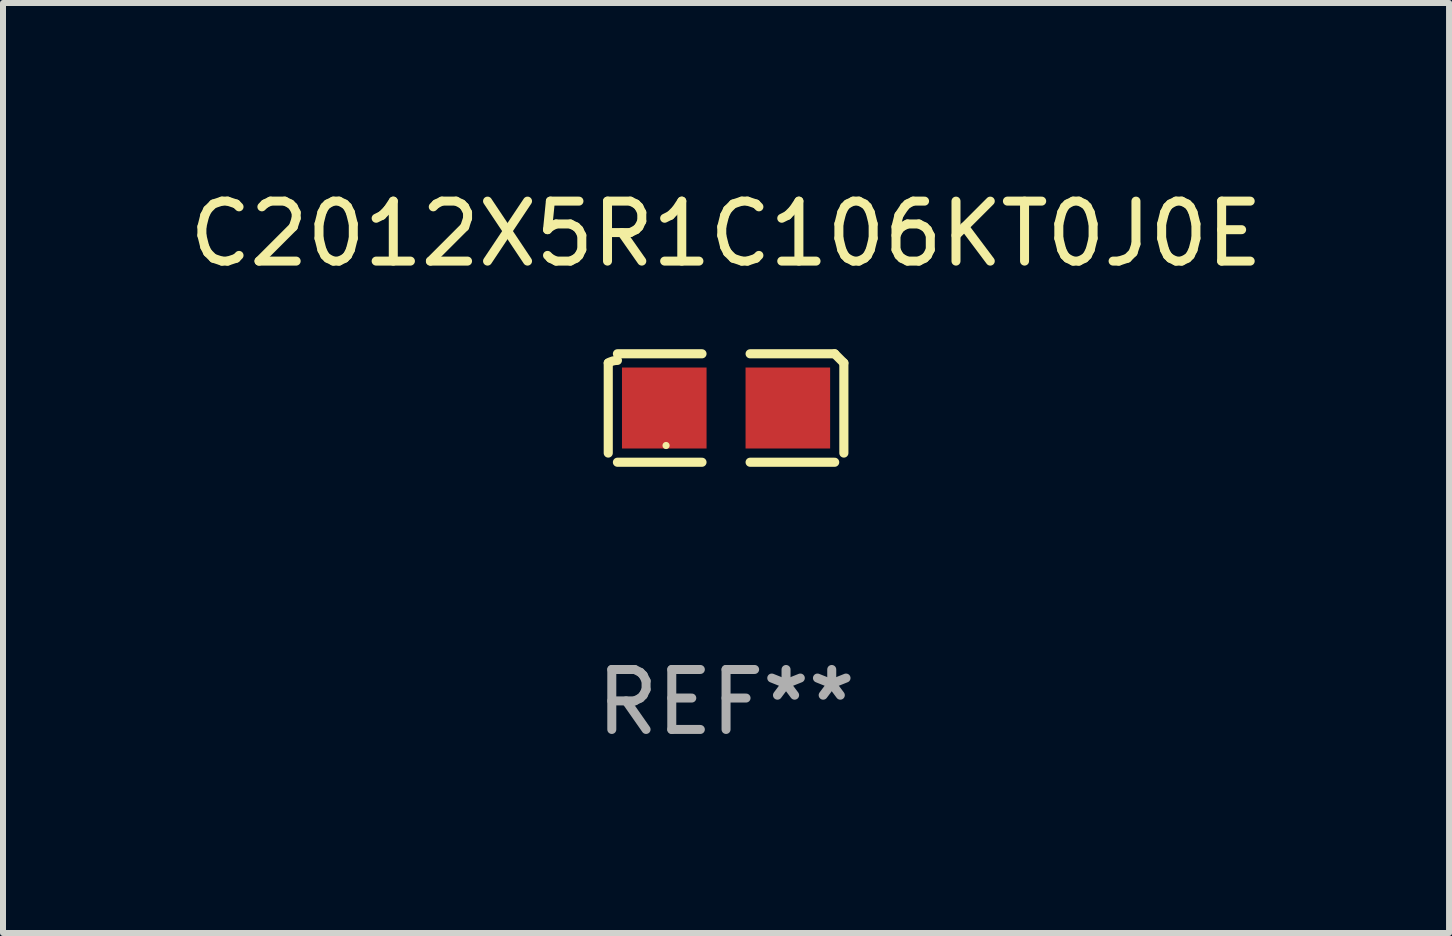
<source format=kicad_pcb>
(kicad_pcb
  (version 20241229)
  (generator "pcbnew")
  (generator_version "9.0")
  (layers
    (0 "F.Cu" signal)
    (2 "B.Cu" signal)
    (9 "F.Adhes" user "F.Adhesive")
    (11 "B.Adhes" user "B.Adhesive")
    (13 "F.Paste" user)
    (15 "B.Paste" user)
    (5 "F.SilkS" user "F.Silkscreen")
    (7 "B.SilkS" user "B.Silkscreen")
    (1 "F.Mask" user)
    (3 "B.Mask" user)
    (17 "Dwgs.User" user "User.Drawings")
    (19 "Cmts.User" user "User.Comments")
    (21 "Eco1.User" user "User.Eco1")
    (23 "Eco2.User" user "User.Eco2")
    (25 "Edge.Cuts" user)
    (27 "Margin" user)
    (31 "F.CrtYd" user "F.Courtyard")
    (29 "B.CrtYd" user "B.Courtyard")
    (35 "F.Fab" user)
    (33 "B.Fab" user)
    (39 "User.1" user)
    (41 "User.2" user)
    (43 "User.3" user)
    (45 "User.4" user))
  (footprint "C2012X5R1C106KT0J0E"
    (layer "F.Cu")
    (at 9.054 3.752)
    (property "Reference" "C2012X5R1C106KT0J0E" (at 0 -2.904 0) (layer "F.SilkS") (effects (font (size 1 1) (thickness 0.15))))
    (attr through_hole)
    (fp_line (start -1.964 0.751) (end -1.964 -0.751) (stroke (width 0.152) (type solid)) (layer "F.SilkS"))
    (fp_line (start -1.811 -0.904) (end -0.401 -0.904) (stroke (width 0.152) (type solid)) (layer "F.SilkS"))
    (fp_line (start -0.401 0.904) (end -1.811 0.904) (stroke (width 0.152) (type solid)) (layer "F.SilkS"))
    (fp_line (start 0.401 0.904) (end 1.811 0.904) (stroke (width 0.152) (type solid)) (layer "F.SilkS"))
    (fp_line (start 1.811 -0.904) (end 0.401 -0.904) (stroke (width 0.152) (type solid)) (layer "F.SilkS"))
    (fp_line (start 1.964 0.751) (end 1.964 -0.751) (stroke (width 0.152) (type solid)) (layer "F.SilkS"))
    (fp_arc (start -1.963602 -0.751207) (mid -1.890354 -0.783131) (end -1.811201 -0.794044) (stroke (width 0.1524) (type solid)) (layer "F.SilkS"))
    (fp_arc (start 1.811202 -0.903607) (mid 1.887413 -0.827418) (end 1.963602 -0.751207) (stroke (width 0.1524) (type solid)) (layer "F.SilkS"))
    (fp_circle (center -1 0.625) (end -0.97 0.625) (stroke (width 0.06) (type solid)) (fill no) (layer "F.SilkS"))
    (fp_text user "REF**" (at 0 4.904 0) (layer "F.Fab") (effects (font (size 1 1) (thickness 0.15))))
    (pad "1" smd rect (at -1.03 0) (size 1.41 1.35) (layers "F.Cu" "F.Mask" "F.Paste"))
    (pad "2" smd rect (at 1.03 0) (size 1.41 1.35) (layers "F.Cu" "F.Mask" "F.Paste")))
  (gr_rect
    (start -3 -3)
    (end 21.107 12.504)
    (stroke (width 0.1) (type default))
    (fill no)
    (layer "Edge.Cuts")))
</source>
